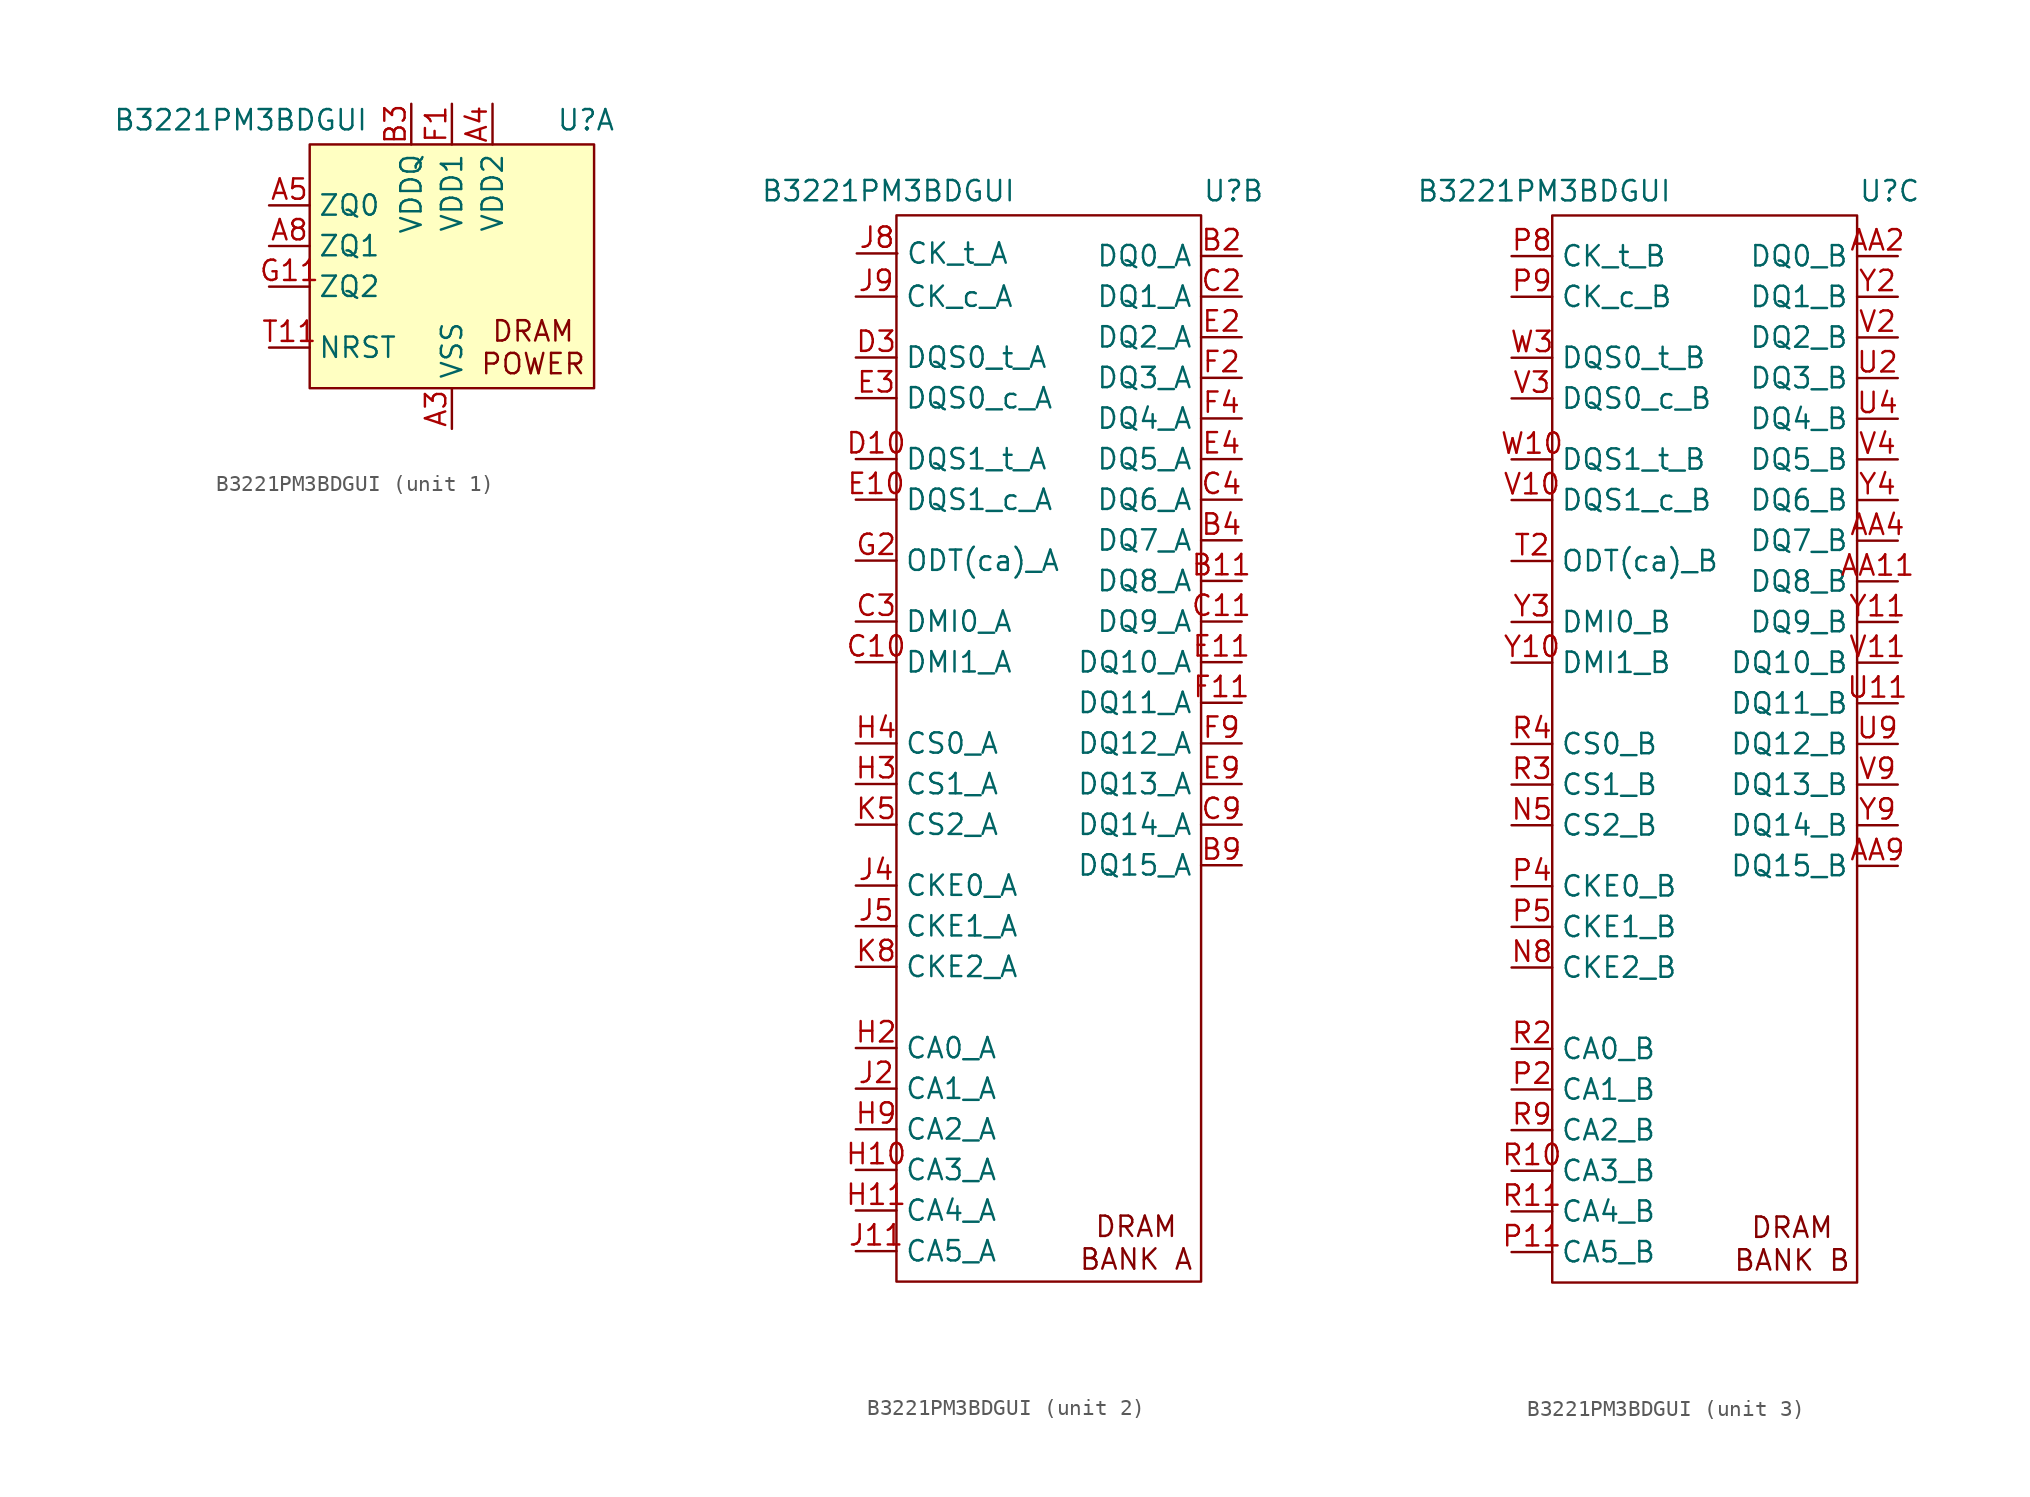
<source format=kicad_sym>
(kicad_symbol_lib
  (version 20241209)
  (generator "kicad_symbol_editor")
  (generator_version "9.0")
  (symbol "B3221PM3BDGUI"
    (property "Reference" "U"
      (at 8.382 1.524 0)
      (effects (font (size 1.27 1.27))))
    (property "Value" "B3221PM3BDGUI"
      (at -13.208 1.524 0)
      (effects (font (size 1.27 1.27))))
    (symbol "B3221PM3BDGUI_1_0"
      (pin passive line (at -11.43 -3.81 0) (length 2.54) (name "ZQ0" (effects (font (size 1.27 1.27)))) (number "A5" (effects (font (size 1.27 1.27)))))
      (pin passive line (at -11.43 -6.35 0) (length 2.54) (name "ZQ1" (effects (font (size 1.27 1.27)))) (number "A8" (effects (font (size 1.27 1.27)))))
      (pin passive line (at -11.43 -8.89 0) (length 2.54) (name "ZQ2" (effects (font (size 1.27 1.27)))) (number "G11" (effects (font (size 1.27 1.27)))))
      (pin passive line (at -11.43 -12.7 0) (length 2.54) (name "NRST" (effects (font (size 1.27 1.27)))) (number "T11" (effects (font (size 1.27 1.27)))))
      (pin power_in line (at -2.54 2.54 270) (length 2.54) (hide yes) (name "VDDQ" (effects (font (size 1.27 1.27)))) (number "AA10" (effects (font (size 1.27 1.27)))))
      (pin power_in line (at -2.54 2.54 270) (length 2.54) (hide yes) (name "VDDQ" (effects (font (size 1.27 1.27)))) (number "AA3" (effects (font (size 1.27 1.27)))))
      (pin power_in line (at -2.54 2.54 270) (length 2.54) (hide yes) (name "VDDQ" (effects (font (size 1.27 1.27)))) (number "AA5" (effects (font (size 1.27 1.27)))))
      (pin power_in line (at -2.54 2.54 270) (length 2.54) (hide yes) (name "VDDQ" (effects (font (size 1.27 1.27)))) (number "AA8" (effects (font (size 1.27 1.27)))))
      (pin power_in line (at -2.54 2.54 270) (length 2.54) (hide yes) (name "VDDQ" (effects (font (size 1.27 1.27)))) (number "B10" (effects (font (size 1.27 1.27)))))
      (pin power_in line (at -2.54 2.54 270) (length 2.54) (name "VDDQ" (effects (font (size 1.27 1.27)))) (number "B3" (effects (font (size 1.27 1.27)))))
      (pin power_in line (at -2.54 2.54 270) (length 2.54) (hide yes) (name "VDDQ" (effects (font (size 1.27 1.27)))) (number "B5" (effects (font (size 1.27 1.27)))))
      (pin power_in line (at -2.54 2.54 270) (length 2.54) (hide yes) (name "VDDQ" (effects (font (size 1.27 1.27)))) (number "B8" (effects (font (size 1.27 1.27)))))
      (pin power_in line (at -2.54 2.54 270) (length 2.54) (hide yes) (name "VDDQ" (effects (font (size 1.27 1.27)))) (number "D1" (effects (font (size 1.27 1.27)))))
      (pin power_in line (at -2.54 2.54 270) (length 2.54) (hide yes) (name "VDDQ" (effects (font (size 1.27 1.27)))) (number "D12" (effects (font (size 1.27 1.27)))))
      (pin power_in line (at -2.54 2.54 270) (length 2.54) (hide yes) (name "VDDQ" (effects (font (size 1.27 1.27)))) (number "D5" (effects (font (size 1.27 1.27)))))
      (pin power_in line (at -2.54 2.54 270) (length 2.54) (hide yes) (name "VDDQ" (effects (font (size 1.27 1.27)))) (number "D8" (effects (font (size 1.27 1.27)))))
      (pin power_in line (at -2.54 2.54 270) (length 2.54) (hide yes) (name "VDDQ" (effects (font (size 1.27 1.27)))) (number "F10" (effects (font (size 1.27 1.27)))))
      (pin power_in line (at -2.54 2.54 270) (length 2.54) (hide yes) (name "VDDQ" (effects (font (size 1.27 1.27)))) (number "F3" (effects (font (size 1.27 1.27)))))
      (pin power_in line (at -2.54 2.54 270) (length 2.54) (hide yes) (name "VDDQ" (effects (font (size 1.27 1.27)))) (number "U10" (effects (font (size 1.27 1.27)))))
      (pin power_in line (at -2.54 2.54 270) (length 2.54) (hide yes) (name "VDDQ" (effects (font (size 1.27 1.27)))) (number "U3" (effects (font (size 1.27 1.27)))))
      (pin power_in line (at -2.54 2.54 270) (length 2.54) (hide yes) (name "VDDQ" (effects (font (size 1.27 1.27)))) (number "W1" (effects (font (size 1.27 1.27)))))
      (pin power_in line (at -2.54 2.54 270) (length 2.54) (hide yes) (name "VDDQ" (effects (font (size 1.27 1.27)))) (number "W12" (effects (font (size 1.27 1.27)))))
      (pin power_in line (at -2.54 2.54 270) (length 2.54) (hide yes) (name "VDDQ" (effects (font (size 1.27 1.27)))) (number "W5" (effects (font (size 1.27 1.27)))))
      (pin power_in line (at -2.54 2.54 270) (length 2.54) (hide yes) (name "VDDQ" (effects (font (size 1.27 1.27)))) (number "W8" (effects (font (size 1.27 1.27)))))
      (pin power_in line (at 0 2.54 270) (length 2.54) (name "VDD1" (effects (font (size 1.27 1.27)))) (number "F1" (effects (font (size 1.27 1.27)))))
      (pin power_in line (at 0 2.54 270) (length 2.54) (hide yes) (name "VDD1" (effects (font (size 1.27 1.27)))) (number "F12" (effects (font (size 1.27 1.27)))))
      (pin power_in line (at 0 2.54 270) (length 2.54) (hide yes) (name "VDD1" (effects (font (size 1.27 1.27)))) (number "G4" (effects (font (size 1.27 1.27)))))
      (pin power_in line (at 0 2.54 270) (length 2.54) (hide yes) (name "VDD1" (effects (font (size 1.27 1.27)))) (number "G9" (effects (font (size 1.27 1.27)))))
      (pin power_in line (at 0 2.54 270) (length 2.54) (hide yes) (name "VDD1" (effects (font (size 1.27 1.27)))) (number "T4" (effects (font (size 1.27 1.27)))))
      (pin power_in line (at 0 2.54 270) (length 2.54) (hide yes) (name "VDD1" (effects (font (size 1.27 1.27)))) (number "T9" (effects (font (size 1.27 1.27)))))
      (pin power_in line (at 0 2.54 270) (length 2.54) (hide yes) (name "VDD1" (effects (font (size 1.27 1.27)))) (number "U1" (effects (font (size 1.27 1.27)))))
      (pin power_in line (at 0 2.54 270) (length 2.54) (hide yes) (name "VDD1" (effects (font (size 1.27 1.27)))) (number "U12" (effects (font (size 1.27 1.27)))))
      (pin power_in line (at 0 -17.78 90) (length 2.54) (hide yes) (name "VSS" (effects (font (size 1.27 1.27)))) (number "A10" (effects (font (size 1.27 1.27)))))
      (pin power_in line (at 0 -17.78 90) (length 2.54) (name "VSS" (effects (font (size 1.27 1.27)))) (number "A3" (effects (font (size 1.27 1.27)))))
      (pin power_in line (at 0 -17.78 90) (length 2.54) (hide yes) (name "VSS" (effects (font (size 1.27 1.27)))) (number "AB10" (effects (font (size 1.27 1.27)))))
      (pin power_in line (at 0 -17.78 90) (length 2.54) (hide yes) (name "VSS" (effects (font (size 1.27 1.27)))) (number "AB3" (effects (font (size 1.27 1.27)))))
      (pin power_in line (at 0 -17.78 90) (length 2.54) (hide yes) (name "VSS" (effects (font (size 1.27 1.27)))) (number "AB5" (effects (font (size 1.27 1.27)))))
      (pin power_in line (at 0 -17.78 90) (length 2.54) (hide yes) (name "VSS" (effects (font (size 1.27 1.27)))) (number "AB8" (effects (font (size 1.27 1.27)))))
      (pin power_in line (at 0 -17.78 90) (length 2.54) (hide yes) (name "VSS" (effects (font (size 1.27 1.27)))) (number "C1" (effects (font (size 1.27 1.27)))))
      (pin power_in line (at 0 -17.78 90) (length 2.54) (hide yes) (name "VSS" (effects (font (size 1.27 1.27)))) (number "C12" (effects (font (size 1.27 1.27)))))
      (pin power_in line (at 0 -17.78 90) (length 2.54) (hide yes) (name "VSS" (effects (font (size 1.27 1.27)))) (number "C5" (effects (font (size 1.27 1.27)))))
      (pin power_in line (at 0 -17.78 90) (length 2.54) (hide yes) (name "VSS" (effects (font (size 1.27 1.27)))) (number "C8" (effects (font (size 1.27 1.27)))))
      (pin power_in line (at 0 -17.78 90) (length 2.54) (hide yes) (name "VSS" (effects (font (size 1.27 1.27)))) (number "D11" (effects (font (size 1.27 1.27)))))
      (pin power_in line (at 0 -17.78 90) (length 2.54) (hide yes) (name "VSS" (effects (font (size 1.27 1.27)))) (number "D2" (effects (font (size 1.27 1.27)))))
      (pin power_in line (at 0 -17.78 90) (length 2.54) (hide yes) (name "VSS" (effects (font (size 1.27 1.27)))) (number "D4" (effects (font (size 1.27 1.27)))))
      (pin power_in line (at 0 -17.78 90) (length 2.54) (hide yes) (name "VSS" (effects (font (size 1.27 1.27)))) (number "D9" (effects (font (size 1.27 1.27)))))
      (pin power_in line (at 0 -17.78 90) (length 2.54) (hide yes) (name "VSS" (effects (font (size 1.27 1.27)))) (number "E1" (effects (font (size 1.27 1.27)))))
      (pin power_in line (at 0 -17.78 90) (length 2.54) (hide yes) (name "VSS" (effects (font (size 1.27 1.27)))) (number "E12" (effects (font (size 1.27 1.27)))))
      (pin power_in line (at 0 -17.78 90) (length 2.54) (hide yes) (name "VSS" (effects (font (size 1.27 1.27)))) (number "E5" (effects (font (size 1.27 1.27)))))
      (pin power_in line (at 0 -17.78 90) (length 2.54) (hide yes) (name "VSS" (effects (font (size 1.27 1.27)))) (number "E8" (effects (font (size 1.27 1.27)))))
      (pin power_in line (at 0 -17.78 90) (length 2.54) (hide yes) (name "VSS" (effects (font (size 1.27 1.27)))) (number "G1" (effects (font (size 1.27 1.27)))))
      (pin power_in line (at 0 -17.78 90) (length 2.54) (hide yes) (name "VSS" (effects (font (size 1.27 1.27)))) (number "G10" (effects (font (size 1.27 1.27)))))
      (pin power_in line (at 0 -17.78 90) (length 2.54) (hide yes) (name "VSS" (effects (font (size 1.27 1.27)))) (number "G12" (effects (font (size 1.27 1.27)))))
      (pin power_in line (at 0 -17.78 90) (length 2.54) (hide yes) (name "VSS" (effects (font (size 1.27 1.27)))) (number "G3" (effects (font (size 1.27 1.27)))))
      (pin power_in line (at 0 -17.78 90) (length 2.54) (hide yes) (name "VSS" (effects (font (size 1.27 1.27)))) (number "G5" (effects (font (size 1.27 1.27)))))
      (pin power_in line (at 0 -17.78 90) (length 2.54) (hide yes) (name "VSS" (effects (font (size 1.27 1.27)))) (number "G8" (effects (font (size 1.27 1.27)))))
      (pin power_in line (at 0 -17.78 90) (length 2.54) (hide yes) (name "VSS" (effects (font (size 1.27 1.27)))) (number "J1" (effects (font (size 1.27 1.27)))))
      (pin power_in line (at 0 -17.78 90) (length 2.54) (hide yes) (name "VSS" (effects (font (size 1.27 1.27)))) (number "J10" (effects (font (size 1.27 1.27)))))
      (pin power_in line (at 0 -17.78 90) (length 2.54) (hide yes) (name "VSS" (effects (font (size 1.27 1.27)))) (number "J12" (effects (font (size 1.27 1.27)))))
      (pin power_in line (at 0 -17.78 90) (length 2.54) (hide yes) (name "VSS" (effects (font (size 1.27 1.27)))) (number "J3" (effects (font (size 1.27 1.27)))))
      (pin power_in line (at 0 -17.78 90) (length 2.54) (hide yes) (name "VSS" (effects (font (size 1.27 1.27)))) (number "K11" (effects (font (size 1.27 1.27)))))
      (pin power_in line (at 0 -17.78 90) (length 2.54) (hide yes) (name "VSS" (effects (font (size 1.27 1.27)))) (number "K2" (effects (font (size 1.27 1.27)))))
      (pin power_in line (at 0 -17.78 90) (length 2.54) (hide yes) (name "VSS" (effects (font (size 1.27 1.27)))) (number "K4" (effects (font (size 1.27 1.27)))))
      (pin power_in line (at 0 -17.78 90) (length 2.54) (hide yes) (name "VSS" (effects (font (size 1.27 1.27)))) (number "K9" (effects (font (size 1.27 1.27)))))
      (pin power_in line (at 0 -17.78 90) (length 2.54) (hide yes) (name "VSS" (effects (font (size 1.27 1.27)))) (number "N11" (effects (font (size 1.27 1.27)))))
      (pin power_in line (at 0 -17.78 90) (length 2.54) (hide yes) (name "VSS" (effects (font (size 1.27 1.27)))) (number "N2" (effects (font (size 1.27 1.27)))))
      (pin power_in line (at 0 -17.78 90) (length 2.54) (hide yes) (name "VSS" (effects (font (size 1.27 1.27)))) (number "N4" (effects (font (size 1.27 1.27)))))
      (pin power_in line (at 0 -17.78 90) (length 2.54) (hide yes) (name "VSS" (effects (font (size 1.27 1.27)))) (number "N9" (effects (font (size 1.27 1.27)))))
      (pin power_in line (at 0 -17.78 90) (length 2.54) (hide yes) (name "VSS" (effects (font (size 1.27 1.27)))) (number "P1" (effects (font (size 1.27 1.27)))))
      (pin power_in line (at 0 -17.78 90) (length 2.54) (hide yes) (name "VSS" (effects (font (size 1.27 1.27)))) (number "P10" (effects (font (size 1.27 1.27)))))
      (pin power_in line (at 0 -17.78 90) (length 2.54) (hide yes) (name "VSS" (effects (font (size 1.27 1.27)))) (number "P12" (effects (font (size 1.27 1.27)))))
      (pin power_in line (at 0 -17.78 90) (length 2.54) (hide yes) (name "VSS" (effects (font (size 1.27 1.27)))) (number "P3" (effects (font (size 1.27 1.27)))))
      (pin power_in line (at 0 -17.78 90) (length 2.54) (hide yes) (name "VSS" (effects (font (size 1.27 1.27)))) (number "T1" (effects (font (size 1.27 1.27)))))
      (pin power_in line (at 0 -17.78 90) (length 2.54) (hide yes) (name "VSS" (effects (font (size 1.27 1.27)))) (number "T10" (effects (font (size 1.27 1.27)))))
      (pin power_in line (at 0 -17.78 90) (length 2.54) (hide yes) (name "VSS" (effects (font (size 1.27 1.27)))) (number "T12" (effects (font (size 1.27 1.27)))))
      (pin power_in line (at 0 -17.78 90) (length 2.54) (hide yes) (name "VSS" (effects (font (size 1.27 1.27)))) (number "T3" (effects (font (size 1.27 1.27)))))
      (pin power_in line (at 0 -17.78 90) (length 2.54) (hide yes) (name "VSS" (effects (font (size 1.27 1.27)))) (number "T5" (effects (font (size 1.27 1.27)))))
      (pin power_in line (at 0 -17.78 90) (length 2.54) (hide yes) (name "VSS" (effects (font (size 1.27 1.27)))) (number "T8" (effects (font (size 1.27 1.27)))))
      (pin power_in line (at 0 -17.78 90) (length 2.54) (hide yes) (name "VSS" (effects (font (size 1.27 1.27)))) (number "V1" (effects (font (size 1.27 1.27)))))
      (pin power_in line (at 0 -17.78 90) (length 2.54) (hide yes) (name "VSS" (effects (font (size 1.27 1.27)))) (number "V12" (effects (font (size 1.27 1.27)))))
      (pin power_in line (at 0 -17.78 90) (length 2.54) (hide yes) (name "VSS" (effects (font (size 1.27 1.27)))) (number "V5" (effects (font (size 1.27 1.27)))))
      (pin power_in line (at 0 -17.78 90) (length 2.54) (hide yes) (name "VSS" (effects (font (size 1.27 1.27)))) (number "V8" (effects (font (size 1.27 1.27)))))
      (pin power_in line (at 0 -17.78 90) (length 2.54) (hide yes) (name "VSS" (effects (font (size 1.27 1.27)))) (number "W11" (effects (font (size 1.27 1.27)))))
      (pin power_in line (at 0 -17.78 90) (length 2.54) (hide yes) (name "VSS" (effects (font (size 1.27 1.27)))) (number "W2" (effects (font (size 1.27 1.27)))))
      (pin power_in line (at 0 -17.78 90) (length 2.54) (hide yes) (name "VSS" (effects (font (size 1.27 1.27)))) (number "W4" (effects (font (size 1.27 1.27)))))
      (pin power_in line (at 0 -17.78 90) (length 2.54) (hide yes) (name "VSS" (effects (font (size 1.27 1.27)))) (number "W9" (effects (font (size 1.27 1.27)))))
      (pin power_in line (at 0 -17.78 90) (length 2.54) (hide yes) (name "VSS" (effects (font (size 1.27 1.27)))) (number "Y1" (effects (font (size 1.27 1.27)))))
      (pin power_in line (at 0 -17.78 90) (length 2.54) (hide yes) (name "VSS" (effects (font (size 1.27 1.27)))) (number "Y12" (effects (font (size 1.27 1.27)))))
      (pin power_in line (at 0 -17.78 90) (length 2.54) (hide yes) (name "VSS" (effects (font (size 1.27 1.27)))) (number "Y5" (effects (font (size 1.27 1.27)))))
      (pin power_in line (at 0 -17.78 90) (length 2.54) (hide yes) (name "VSS" (effects (font (size 1.27 1.27)))) (number "Y8" (effects (font (size 1.27 1.27)))))
      (pin power_in line (at 2.54 2.54 270) (length 2.54) (name "VDD2" (effects (font (size 1.27 1.27)))) (number "A4" (effects (font (size 1.27 1.27)))))
      (pin power_in line (at 2.54 2.54 270) (length 2.54) (hide yes) (name "VDD2" (effects (font (size 1.27 1.27)))) (number "A9" (effects (font (size 1.27 1.27)))))
      (pin power_in line (at 2.54 2.54 270) (length 2.54) (hide yes) (name "VDD2" (effects (font (size 1.27 1.27)))) (number "AB4" (effects (font (size 1.27 1.27)))))
      (pin power_in line (at 2.54 2.54 270) (length 2.54) (hide yes) (name "VDD2" (effects (font (size 1.27 1.27)))) (number "AB9" (effects (font (size 1.27 1.27)))))
      (pin power_in line (at 2.54 2.54 270) (length 2.54) (hide yes) (name "VDD2" (effects (font (size 1.27 1.27)))) (number "F5" (effects (font (size 1.27 1.27)))))
      (pin power_in line (at 2.54 2.54 270) (length 2.54) (hide yes) (name "VDD2" (effects (font (size 1.27 1.27)))) (number "F8" (effects (font (size 1.27 1.27)))))
      (pin power_in line (at 2.54 2.54 270) (length 2.54) (hide yes) (name "VDD2" (effects (font (size 1.27 1.27)))) (number "H1" (effects (font (size 1.27 1.27)))))
      (pin power_in line (at 2.54 2.54 270) (length 2.54) (hide yes) (name "VDD2" (effects (font (size 1.27 1.27)))) (number "H12" (effects (font (size 1.27 1.27)))))
      (pin power_in line (at 2.54 2.54 270) (length 2.54) (hide yes) (name "VDD2" (effects (font (size 1.27 1.27)))) (number "H5" (effects (font (size 1.27 1.27)))))
      (pin power_in line (at 2.54 2.54 270) (length 2.54) (hide yes) (name "VDD2" (effects (font (size 1.27 1.27)))) (number "H8" (effects (font (size 1.27 1.27)))))
      (pin power_in line (at 2.54 2.54 270) (length 2.54) (hide yes) (name "VDD2" (effects (font (size 1.27 1.27)))) (number "K1" (effects (font (size 1.27 1.27)))))
      (pin power_in line (at 2.54 2.54 270) (length 2.54) (hide yes) (name "VDD2" (effects (font (size 1.27 1.27)))) (number "K10" (effects (font (size 1.27 1.27)))))
      (pin power_in line (at 2.54 2.54 270) (length 2.54) (hide yes) (name "VDD2" (effects (font (size 1.27 1.27)))) (number "K12" (effects (font (size 1.27 1.27)))))
      (pin power_in line (at 2.54 2.54 270) (length 2.54) (hide yes) (name "VDD2" (effects (font (size 1.27 1.27)))) (number "K3" (effects (font (size 1.27 1.27)))))
      (pin power_in line (at 2.54 2.54 270) (length 2.54) (hide yes) (name "VDD2" (effects (font (size 1.27 1.27)))) (number "N1" (effects (font (size 1.27 1.27)))))
      (pin power_in line (at 2.54 2.54 270) (length 2.54) (hide yes) (name "VDD2" (effects (font (size 1.27 1.27)))) (number "N10" (effects (font (size 1.27 1.27)))))
      (pin power_in line (at 2.54 2.54 270) (length 2.54) (hide yes) (name "VDD2" (effects (font (size 1.27 1.27)))) (number "N12" (effects (font (size 1.27 1.27)))))
      (pin power_in line (at 2.54 2.54 270) (length 2.54) (hide yes) (name "VDD2" (effects (font (size 1.27 1.27)))) (number "N3" (effects (font (size 1.27 1.27)))))
      (pin power_in line (at 2.54 2.54 270) (length 2.54) (hide yes) (name "VDD2" (effects (font (size 1.27 1.27)))) (number "R1" (effects (font (size 1.27 1.27)))))
      (pin power_in line (at 2.54 2.54 270) (length 2.54) (hide yes) (name "VDD2" (effects (font (size 1.27 1.27)))) (number "R12" (effects (font (size 1.27 1.27)))))
      (pin power_in line (at 2.54 2.54 270) (length 2.54) (hide yes) (name "VDD2" (effects (font (size 1.27 1.27)))) (number "R5" (effects (font (size 1.27 1.27)))))
      (pin power_in line (at 2.54 2.54 270) (length 2.54) (hide yes) (name "VDD2" (effects (font (size 1.27 1.27)))) (number "R8" (effects (font (size 1.27 1.27)))))
      (pin power_in line (at 2.54 2.54 270) (length 2.54) (hide yes) (name "VDD2" (effects (font (size 1.27 1.27)))) (number "U5" (effects (font (size 1.27 1.27)))))
      (pin power_in line (at 2.54 2.54 270) (length 2.54) (hide yes) (name "VDD2" (effects (font (size 1.27 1.27)))) (number "U8" (effects (font (size 1.27 1.27))))))
    (symbol "B3221PM3BDGUI_1_1"
      (rectangle (start -8.89 0) (end 8.89 -15.24) (stroke (width 0) (type solid)) (fill (type background)))
      (text "DRAM\nPOWER" (at 5.08 -12.7 0) (effects (font (size 1.27 1.27)))))
    (symbol "B3221PM3BDGUI_2_0"
      (pin input line (at -15.24 -5.08 0) (length 2.54) (name "CK_c_A" (effects (font (size 1.27 1.27)))) (number "J9" (effects (font (size 1.27 1.27)))))
      (pin input line (at -15.24 -8.89 0) (length 2.54) (name "DQS0_t_A" (effects (font (size 1.27 1.27)))) (number "D3" (effects (font (size 1.27 1.27)))))
      (pin input line (at -15.24 -11.43 0) (length 2.54) (name "DQS0_c_A" (effects (font (size 1.27 1.27)))) (number "E3" (effects (font (size 1.27 1.27)))))
      (pin input line (at -15.24 -15.24 0) (length 2.54) (name "DQS1_t_A" (effects (font (size 1.27 1.27)))) (number "D10" (effects (font (size 1.27 1.27)))))
      (pin input line (at -15.24 -17.78 0) (length 2.54) (name "DQS1_c_A" (effects (font (size 1.27 1.27)))) (number "E10" (effects (font (size 1.27 1.27)))))
      (pin input line (at -15.24 -21.59 0) (length 2.54) (name "ODT(ca)_A" (effects (font (size 1.27 1.27)))) (number "G2" (effects (font (size 1.27 1.27)))))
      (pin input line (at -15.24 -25.4 0) (length 2.54) (name "DMI0_A" (effects (font (size 1.27 1.27)))) (number "C3" (effects (font (size 1.27 1.27)))))
      (pin input line (at -15.24 -27.94 0) (length 2.54) (name "DMI1_A" (effects (font (size 1.27 1.27)))) (number "C10" (effects (font (size 1.27 1.27)))))
      (pin input line (at -15.24 -33.02 0) (length 2.54) (name "CS0_A" (effects (font (size 1.27 1.27)))) (number "H4" (effects (font (size 1.27 1.27)))))
      (pin input line (at -15.24 -35.56 0) (length 2.54) (name "CS1_A" (effects (font (size 1.27 1.27)))) (number "H3" (effects (font (size 1.27 1.27)))))
      (pin input line (at -15.24 -38.1 0) (length 2.54) (name "CS2_A" (effects (font (size 1.27 1.27)))) (number "K5" (effects (font (size 1.27 1.27)))))
      (pin input line (at -15.24 -41.91 0) (length 2.54) (name "CKE0_A" (effects (font (size 1.27 1.27)))) (number "J4" (effects (font (size 1.27 1.27)))))
      (pin input line (at -15.24 -44.45 0) (length 2.54) (name "CKE1_A" (effects (font (size 1.27 1.27)))) (number "J5" (effects (font (size 1.27 1.27)))))
      (pin input line (at -15.24 -46.99 0) (length 2.54) (name "CKE2_A" (effects (font (size 1.27 1.27)))) (number "K8" (effects (font (size 1.27 1.27)))))
      (pin input line (at -15.24 -52.07 0) (length 2.54) (name "CA0_A" (effects (font (size 1.27 1.27)))) (number "H2" (effects (font (size 1.27 1.27)))))
      (pin input line (at -15.24 -54.61 0) (length 2.54) (name "CA1_A" (effects (font (size 1.27 1.27)))) (number "J2" (effects (font (size 1.27 1.27)))))
      (pin input line (at -15.24 -57.15 0) (length 2.54) (name "CA2_A" (effects (font (size 1.27 1.27)))) (number "H9" (effects (font (size 1.27 1.27)))))
      (pin input line (at -15.24 -59.69 0) (length 2.54) (name "CA3_A" (effects (font (size 1.27 1.27)))) (number "H10" (effects (font (size 1.27 1.27)))))
      (pin input line (at -15.24 -62.23 0) (length 2.54) (name "CA4_A" (effects (font (size 1.27 1.27)))) (number "H11" (effects (font (size 1.27 1.27)))))
      (pin input line (at -15.24 -64.77 0) (length 2.54) (name "CA5_A" (effects (font (size 1.27 1.27)))) (number "J11" (effects (font (size 1.27 1.27)))))
      (pin input line (at -15.181 -2.381 0) (length 2.54) (name "CK_t_A" (effects (font (size 1.27 1.27)))) (number "J8" (effects (font (size 1.27 1.27)))))
      (pin input line (at 8.89 -2.54 180) (length 2.54) (name "DQ0_A" (effects (font (size 1.27 1.27)))) (number "B2" (effects (font (size 1.27 1.27)))))
      (pin input line (at 8.89 -5.08 180) (length 2.54) (name "DQ1_A" (effects (font (size 1.27 1.27)))) (number "C2" (effects (font (size 1.27 1.27)))))
      (pin input line (at 8.89 -7.62 180) (length 2.54) (name "DQ2_A" (effects (font (size 1.27 1.27)))) (number "E2" (effects (font (size 1.27 1.27)))))
      (pin input line (at 8.89 -10.16 180) (length 2.54) (name "DQ3_A" (effects (font (size 1.27 1.27)))) (number "F2" (effects (font (size 1.27 1.27)))))
      (pin input line (at 8.89 -12.7 180) (length 2.54) (name "DQ4_A" (effects (font (size 1.27 1.27)))) (number "F4" (effects (font (size 1.27 1.27)))))
      (pin input line (at 8.89 -15.24 180) (length 2.54) (name "DQ5_A" (effects (font (size 1.27 1.27)))) (number "E4" (effects (font (size 1.27 1.27)))))
      (pin input line (at 8.89 -17.78 180) (length 2.54) (name "DQ6_A" (effects (font (size 1.27 1.27)))) (number "C4" (effects (font (size 1.27 1.27)))))
      (pin input line (at 8.89 -20.32 180) (length 2.54) (name "DQ7_A" (effects (font (size 1.27 1.27)))) (number "B4" (effects (font (size 1.27 1.27)))))
      (pin input line (at 8.89 -22.86 180) (length 2.54) (name "DQ8_A" (effects (font (size 1.27 1.27)))) (number "B11" (effects (font (size 1.27 1.27)))))
      (pin input line (at 8.89 -25.4 180) (length 2.54) (name "DQ9_A" (effects (font (size 1.27 1.27)))) (number "C11" (effects (font (size 1.27 1.27)))))
      (pin input line (at 8.89 -27.94 180) (length 2.54) (name "DQ10_A" (effects (font (size 1.27 1.27)))) (number "E11" (effects (font (size 1.27 1.27)))))
      (pin input line (at 8.89 -30.48 180) (length 2.54) (name "DQ11_A" (effects (font (size 1.27 1.27)))) (number "F11" (effects (font (size 1.27 1.27)))))
      (pin input line (at 8.89 -33.02 180) (length 2.54) (name "DQ12_A" (effects (font (size 1.27 1.27)))) (number "F9" (effects (font (size 1.27 1.27)))))
      (pin input line (at 8.89 -35.56 180) (length 2.54) (name "DQ13_A" (effects (font (size 1.27 1.27)))) (number "E9" (effects (font (size 1.27 1.27)))))
      (pin input line (at 8.89 -38.1 180) (length 2.54) (name "DQ14_A" (effects (font (size 1.27 1.27)))) (number "C9" (effects (font (size 1.27 1.27)))))
      (pin input line (at 8.89 -40.64 180) (length 2.54) (name "DQ15_A" (effects (font (size 1.27 1.27)))) (number "B9" (effects (font (size 1.27 1.27))))))
    (symbol "B3221PM3BDGUI_2_1"
      (rectangle (start -12.7 0) (end 6.35 -66.675) (stroke (width 0) (type default)) (fill (type none)))
      (text "DRAM\nBANK A" (at 2.286 -64.262 0) (effects (font (size 1.27 1.27)))))
    (symbol "B3221PM3BDGUI_3_0"
      (pin input line (at -15.24 -2.54 0) (length 2.54) (name "CK_t_B" (effects (font (size 1.27 1.27)))) (number "P8" (effects (font (size 1.27 1.27)))))
      (pin input line (at -15.24 -5.08 0) (length 2.54) (name "CK_c_B" (effects (font (size 1.27 1.27)))) (number "P9" (effects (font (size 1.27 1.27)))))
      (pin input line (at -15.24 -8.89 0) (length 2.54) (name "DQS0_t_B" (effects (font (size 1.27 1.27)))) (number "W3" (effects (font (size 1.27 1.27)))))
      (pin input line (at -15.24 -11.43 0) (length 2.54) (name "DQS0_c_B" (effects (font (size 1.27 1.27)))) (number "V3" (effects (font (size 1.27 1.27)))))
      (pin input line (at -15.24 -15.24 0) (length 2.54) (name "DQS1_t_B" (effects (font (size 1.27 1.27)))) (number "W10" (effects (font (size 1.27 1.27)))))
      (pin input line (at -15.24 -17.78 0) (length 2.54) (name "DQS1_c_B" (effects (font (size 1.27 1.27)))) (number "V10" (effects (font (size 1.27 1.27)))))
      (pin input line (at -15.24 -21.59 0) (length 2.54) (name "ODT(ca)_B" (effects (font (size 1.27 1.27)))) (number "T2" (effects (font (size 1.27 1.27)))))
      (pin input line (at -15.24 -25.4 0) (length 2.54) (name "DMI0_B" (effects (font (size 1.27 1.27)))) (number "Y3" (effects (font (size 1.27 1.27)))))
      (pin input line (at -15.24 -27.94 0) (length 2.54) (name "DMI1_B" (effects (font (size 1.27 1.27)))) (number "Y10" (effects (font (size 1.27 1.27)))))
      (pin input line (at -15.24 -33.02 0) (length 2.54) (name "CS0_B" (effects (font (size 1.27 1.27)))) (number "R4" (effects (font (size 1.27 1.27)))))
      (pin input line (at -15.24 -35.56 0) (length 2.54) (name "CS1_B" (effects (font (size 1.27 1.27)))) (number "R3" (effects (font (size 1.27 1.27)))))
      (pin input line (at -15.24 -38.1 0) (length 2.54) (name "CS2_B" (effects (font (size 1.27 1.27)))) (number "N5" (effects (font (size 1.27 1.27)))))
      (pin input line (at -15.24 -41.91 0) (length 2.54) (name "CKE0_B" (effects (font (size 1.27 1.27)))) (number "P4" (effects (font (size 1.27 1.27)))))
      (pin input line (at -15.24 -44.45 0) (length 2.54) (name "CKE1_B" (effects (font (size 1.27 1.27)))) (number "P5" (effects (font (size 1.27 1.27)))))
      (pin input line (at -15.24 -46.99 0) (length 2.54) (name "CKE2_B" (effects (font (size 1.27 1.27)))) (number "N8" (effects (font (size 1.27 1.27)))))
      (pin input line (at -15.24 -52.07 0) (length 2.54) (name "CA0_B" (effects (font (size 1.27 1.27)))) (number "R2" (effects (font (size 1.27 1.27)))))
      (pin input line (at -15.24 -54.61 0) (length 2.54) (name "CA1_B" (effects (font (size 1.27 1.27)))) (number "P2" (effects (font (size 1.27 1.27)))))
      (pin input line (at -15.24 -57.15 0) (length 2.54) (name "CA2_B" (effects (font (size 1.27 1.27)))) (number "R9" (effects (font (size 1.27 1.27)))))
      (pin input line (at -15.24 -59.69 0) (length 2.54) (name "CA3_B" (effects (font (size 1.27 1.27)))) (number "R10" (effects (font (size 1.27 1.27)))))
      (pin input line (at -15.24 -62.23 0) (length 2.54) (name "CA4_B" (effects (font (size 1.27 1.27)))) (number "R11" (effects (font (size 1.27 1.27)))))
      (pin input line (at -15.24 -64.77 0) (length 2.54) (name "CA5_B" (effects (font (size 1.27 1.27)))) (number "P11" (effects (font (size 1.27 1.27)))))
      (pin input line (at 8.89 -2.54 180) (length 2.54) (name "DQ0_B" (effects (font (size 1.27 1.27)))) (number "AA2" (effects (font (size 1.27 1.27)))))
      (pin input line (at 8.89 -5.08 180) (length 2.54) (name "DQ1_B" (effects (font (size 1.27 1.27)))) (number "Y2" (effects (font (size 1.27 1.27)))))
      (pin input line (at 8.89 -7.62 180) (length 2.54) (name "DQ2_B" (effects (font (size 1.27 1.27)))) (number "V2" (effects (font (size 1.27 1.27)))))
      (pin input line (at 8.89 -10.16 180) (length 2.54) (name "DQ3_B" (effects (font (size 1.27 1.27)))) (number "U2" (effects (font (size 1.27 1.27)))))
      (pin input line (at 8.89 -12.7 180) (length 2.54) (name "DQ4_B" (effects (font (size 1.27 1.27)))) (number "U4" (effects (font (size 1.27 1.27)))))
      (pin input line (at 8.89 -15.24 180) (length 2.54) (name "DQ5_B" (effects (font (size 1.27 1.27)))) (number "V4" (effects (font (size 1.27 1.27)))))
      (pin input line (at 8.89 -17.78 180) (length 2.54) (name "DQ6_B" (effects (font (size 1.27 1.27)))) (number "Y4" (effects (font (size 1.27 1.27)))))
      (pin input line (at 8.89 -20.32 180) (length 2.54) (name "DQ7_B" (effects (font (size 1.27 1.27)))) (number "AA4" (effects (font (size 1.27 1.27)))))
      (pin input line (at 8.89 -22.86 180) (length 2.54) (name "DQ8_B" (effects (font (size 1.27 1.27)))) (number "AA11" (effects (font (size 1.27 1.27)))))
      (pin input line (at 8.89 -25.4 180) (length 2.54) (name "DQ9_B" (effects (font (size 1.27 1.27)))) (number "Y11" (effects (font (size 1.27 1.27)))))
      (pin input line (at 8.89 -27.94 180) (length 2.54) (name "DQ10_B" (effects (font (size 1.27 1.27)))) (number "V11" (effects (font (size 1.27 1.27)))))
      (pin input line (at 8.89 -30.48 180) (length 2.54) (name "DQ11_B" (effects (font (size 1.27 1.27)))) (number "U11" (effects (font (size 1.27 1.27)))))
      (pin input line (at 8.89 -33.02 180) (length 2.54) (name "DQ12_B" (effects (font (size 1.27 1.27)))) (number "U9" (effects (font (size 1.27 1.27)))))
      (pin input line (at 8.89 -35.56 180) (length 2.54) (name "DQ13_B" (effects (font (size 1.27 1.27)))) (number "V9" (effects (font (size 1.27 1.27)))))
      (pin input line (at 8.89 -38.1 180) (length 2.54) (name "DQ14_B" (effects (font (size 1.27 1.27)))) (number "Y9" (effects (font (size 1.27 1.27)))))
      (pin input line (at 8.89 -40.64 180) (length 2.54) (name "DQ15_B" (effects (font (size 1.27 1.27)))) (number "AA9" (effects (font (size 1.27 1.27))))))
    (symbol "B3221PM3BDGUI_3_1"
      (rectangle (start -12.7 0) (end 6.35 -66.675) (stroke (width 0) (type default)) (fill (type none)))
      (text "DRAM\nBANK B\n" (at 2.286 -64.262 0) (effects (font (size 1.27 1.27)))))))
</source>
